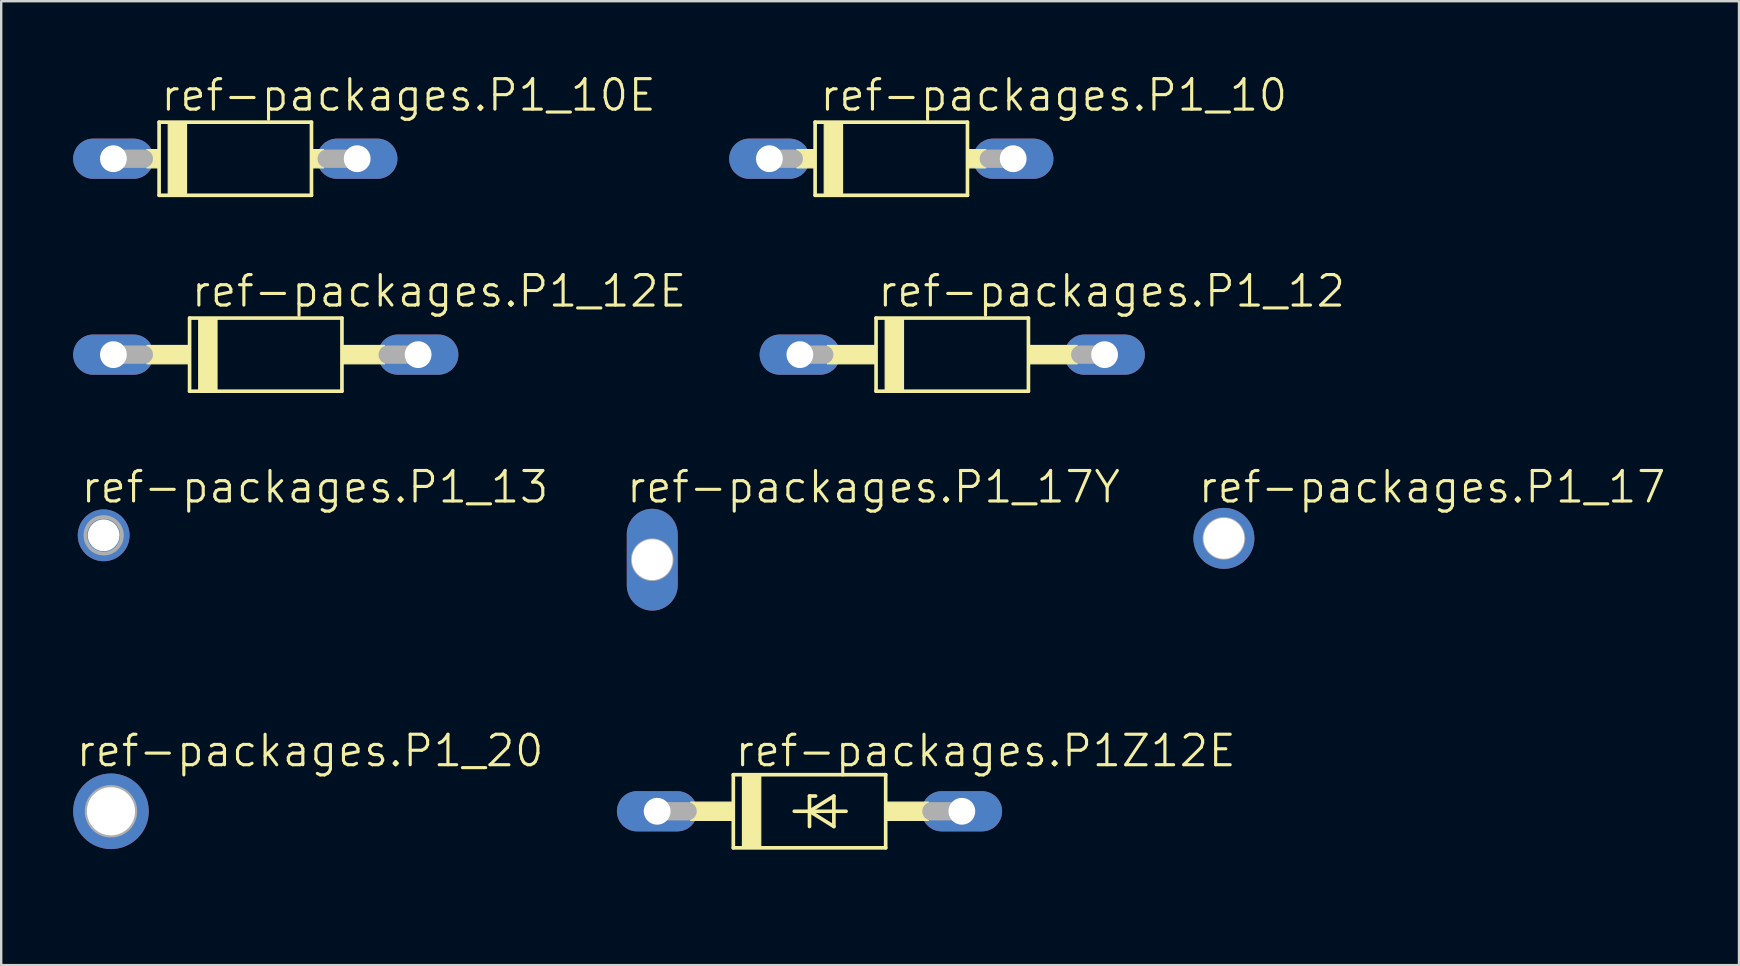
<source format=kicad_pcb>
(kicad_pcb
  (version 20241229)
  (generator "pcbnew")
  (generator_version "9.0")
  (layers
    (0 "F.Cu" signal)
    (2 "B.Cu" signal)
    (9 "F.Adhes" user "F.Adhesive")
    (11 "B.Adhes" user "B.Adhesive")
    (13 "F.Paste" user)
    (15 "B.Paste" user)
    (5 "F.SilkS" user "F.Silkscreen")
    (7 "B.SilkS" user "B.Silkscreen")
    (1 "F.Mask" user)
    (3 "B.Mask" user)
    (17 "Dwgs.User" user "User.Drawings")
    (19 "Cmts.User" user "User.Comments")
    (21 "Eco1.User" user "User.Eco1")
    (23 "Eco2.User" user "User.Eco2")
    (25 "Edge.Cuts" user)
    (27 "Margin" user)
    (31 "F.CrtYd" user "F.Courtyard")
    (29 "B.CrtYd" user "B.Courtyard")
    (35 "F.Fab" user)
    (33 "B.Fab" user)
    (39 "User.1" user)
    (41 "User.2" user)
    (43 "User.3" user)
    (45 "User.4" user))
  (footprint "ref-packages.P1_20"
    (layer "F.Cu")
    (at 1.575 30.761)
    (property "Reference" "ref-packages.P1_20" (at -1.524 -1.778 0) (layer "F.SilkS") (effects (font (size 1.27 1.27) (thickness 0.13)) (justify left bottom)))
    (attr through_hole)
    (fp_rect (start -0.33 0.33) (end 0.33 -0.33) (stroke (width 0.05) (type default)) (fill no) (layer "F.Fab"))
    (fp_circle (center 0 0) (end 1.016 0) (stroke (width 0.152) (type default)) (fill no) (layer "F.Fab"))
    (fp_text user ">TP_SIGNAL_NAME" (at -1.27 3.175 0) (layer "Eco1.User") (effects (font (size 1 1) (thickness 0.13)) (justify left bottom)))
    (pad "TP" thru_hole circle (at 0 0) (size 3.15 3.15) (drill 2.007) (layers "*.Cu" "*.Mask")))
  (footprint "ref-packages.P1_10E"
    (layer "F.Cu")
    (at 6.756 3.565)
    (property "Reference" "ref-packages.P1_10E" (at -3.175 -1.905 0) (layer "F.SilkS") (effects (font (size 1.27 1.27) (thickness 0.13)) (justify left bottom)))
    (attr through_hole)
    (fp_line (start -3.175 -1.524) (end -3.175 1.524) (stroke (width 0.152) (type default)) (layer "F.SilkS"))
    (fp_line (start -3.175 1.524) (end 3.175 1.524) (stroke (width 0.152) (type default)) (layer "F.SilkS"))
    (fp_line (start 3.175 -1.524) (end -3.175 -1.524) (stroke (width 0.152) (type default)) (layer "F.SilkS"))
    (fp_line (start 3.175 1.524) (end 3.175 -1.524) (stroke (width 0.152) (type default)) (layer "F.SilkS"))
    (fp_rect (start -3.683 0.381) (end -3.175 -0.381) (stroke (width 0.05) (type default)) (fill yes) (layer "F.SilkS"))
    (fp_rect (start -2.794 1.524) (end -2.032 -1.524) (stroke (width 0.05) (type default)) (fill yes) (layer "F.SilkS"))
    (fp_rect (start 3.175 0.381) (end 3.683 -0.381) (stroke (width 0.05) (type default)) (fill yes) (layer "F.SilkS"))
    (fp_line (start -5.08 0) (end -3.81 0) (stroke (width 0.762) (type default)) (layer "F.Fab"))
    (fp_line (start 5.08 0) (end 3.81 0) (stroke (width 0.762) (type default)) (layer "F.Fab"))
    (pad "A" thru_hole oval (at 5.08 0) (size 3.353 1.676) (drill 1.118) (layers "*.Cu" "*.Mask"))
    (pad "C" thru_hole oval (at -5.08 0) (size 3.353 1.676) (drill 1.118) (layers "*.Cu" "*.Mask")))
  (footprint "ref-packages.P1_10"
    (layer "F.Cu")
    (at 34.096 3.565)
    (property "Reference" "ref-packages.P1_10" (at -3.048 -1.905 0) (layer "F.SilkS") (effects (font (size 1.27 1.27) (thickness 0.13)) (justify left bottom)))
    (attr through_hole)
    (fp_line (start -3.175 -1.524) (end -3.175 1.524) (stroke (width 0.152) (type default)) (layer "F.SilkS"))
    (fp_line (start -3.175 1.524) (end 3.175 1.524) (stroke (width 0.152) (type default)) (layer "F.SilkS"))
    (fp_line (start 3.175 -1.524) (end -3.175 -1.524) (stroke (width 0.152) (type default)) (layer "F.SilkS"))
    (fp_line (start 3.175 1.524) (end 3.175 -1.524) (stroke (width 0.152) (type default)) (layer "F.SilkS"))
    (fp_rect (start -3.937 0.381) (end -3.175 -0.381) (stroke (width 0.05) (type default)) (fill yes) (layer "F.SilkS"))
    (fp_rect (start -2.794 1.524) (end -2.032 -1.524) (stroke (width 0.05) (type default)) (fill yes) (layer "F.SilkS"))
    (fp_rect (start 3.175 0.381) (end 3.937 -0.381) (stroke (width 0.05) (type default)) (fill yes) (layer "F.SilkS"))
    (fp_line (start -5.08 0) (end -4.064 0) (stroke (width 0.762) (type default)) (layer "F.Fab"))
    (fp_line (start 5.08 0) (end 4.064 0) (stroke (width 0.762) (type default)) (layer "F.Fab"))
    (pad "A" thru_hole oval (at 5.08 0) (size 3.353 1.676) (drill 1.118) (layers "*.Cu" "*.Mask"))
    (pad "C" thru_hole oval (at -5.08 0) (size 3.353 1.676) (drill 1.118) (layers "*.Cu" "*.Mask")))
  (footprint "ref-packages.P1_12"
    (layer "F.Cu")
    (at 36.636 11.73)
    (property "Reference" "ref-packages.P1_12" (at -3.175 -1.905 0) (layer "F.SilkS") (effects (font (size 1.27 1.27) (thickness 0.13)) (justify left bottom)))
    (attr through_hole)
    (fp_line (start -3.175 -1.524) (end -3.175 1.524) (stroke (width 0.152) (type default)) (layer "F.SilkS"))
    (fp_line (start -3.175 1.524) (end 3.175 1.524) (stroke (width 0.152) (type default)) (layer "F.SilkS"))
    (fp_line (start 3.175 -1.524) (end -3.175 -1.524) (stroke (width 0.152) (type default)) (layer "F.SilkS"))
    (fp_line (start 3.175 1.524) (end 3.175 -1.524) (stroke (width 0.152) (type default)) (layer "F.SilkS"))
    (fp_rect (start -5.207 0.381) (end -3.175 -0.381) (stroke (width 0.05) (type default)) (fill yes) (layer "F.SilkS"))
    (fp_rect (start -2.794 1.524) (end -2.032 -1.524) (stroke (width 0.05) (type default)) (fill yes) (layer "F.SilkS"))
    (fp_rect (start 3.175 0.381) (end 5.207 -0.381) (stroke (width 0.05) (type default)) (fill yes) (layer "F.SilkS"))
    (fp_line (start -6.35 0) (end -5.334 0) (stroke (width 0.762) (type default)) (layer "F.Fab"))
    (fp_line (start 6.35 0) (end 5.334 0) (stroke (width 0.762) (type default)) (layer "F.Fab"))
    (pad "A" thru_hole oval (at 6.35 0) (size 3.353 1.676) (drill 1.118) (layers "*.Cu" "*.Mask"))
    (pad "C" thru_hole oval (at -6.35 0) (size 3.353 1.676) (drill 1.118) (layers "*.Cu" "*.Mask")))
  (footprint "ref-packages.P1Z12E"
    (layer "F.Cu")
    (at 30.687 30.761)
    (property "Reference" "ref-packages.P1Z12E" (at -3.175 -1.778 0) (layer "F.SilkS") (effects (font (size 1.27 1.27) (thickness 0.13)) (justify left bottom)))
    (attr through_hole)
    (fp_line (start -3.175 -1.524) (end -3.175 1.524) (stroke (width 0.152) (type default)) (layer "F.SilkS"))
    (fp_line (start -3.175 1.524) (end 3.175 1.524) (stroke (width 0.152) (type default)) (layer "F.SilkS"))
    (fp_line (start -0.635 0) (end 0 0) (stroke (width 0.152) (type default)) (layer "F.SilkS"))
    (fp_line (start 0 -0.635) (end 0 0) (stroke (width 0.152) (type default)) (layer "F.SilkS"))
    (fp_line (start 0 0) (end 0 0.635) (stroke (width 0.152) (type default)) (layer "F.SilkS"))
    (fp_line (start 0 0) (end 1.016 -0.635) (stroke (width 0.152) (type default)) (layer "F.SilkS"))
    (fp_line (start 0 0) (end 1.524 0) (stroke (width 0.152) (type default)) (layer "F.SilkS"))
    (fp_line (start 0.254 -0.635) (end 0 -0.635) (stroke (width 0.152) (type default)) (layer "F.SilkS"))
    (fp_line (start 1.016 -0.635) (end 1.016 0.635) (stroke (width 0.152) (type default)) (layer "F.SilkS"))
    (fp_line (start 1.016 0.635) (end 0 0) (stroke (width 0.152) (type default)) (layer "F.SilkS"))
    (fp_line (start 3.175 -1.524) (end -3.175 -1.524) (stroke (width 0.152) (type default)) (layer "F.SilkS"))
    (fp_line (start 3.175 1.524) (end 3.175 -1.524) (stroke (width 0.152) (type default)) (layer "F.SilkS"))
    (fp_rect (start -4.953 0.381) (end -3.175 -0.381) (stroke (width 0.05) (type default)) (fill yes) (layer "F.SilkS"))
    (fp_rect (start -2.794 1.524) (end -2.032 -1.524) (stroke (width 0.05) (type default)) (fill yes) (layer "F.SilkS"))
    (fp_rect (start 3.175 0.381) (end 4.953 -0.381) (stroke (width 0.05) (type default)) (fill yes) (layer "F.SilkS"))
    (fp_line (start -6.35 0) (end -5.08 0) (stroke (width 0.762) (type default)) (layer "F.Fab"))
    (fp_line (start 6.35 0) (end 5.08 0) (stroke (width 0.762) (type default)) (layer "F.Fab"))
    (pad "A" thru_hole oval (at 6.35 0) (size 3.353 1.676) (drill 1.118) (layers "*.Cu" "*.Mask"))
    (pad "C" thru_hole oval (at -6.35 0) (size 3.353 1.676) (drill 1.118) (layers "*.Cu" "*.Mask")))
  (footprint "ref-packages.P1_13"
    (layer "F.Cu")
    (at 1.27 19.26)
    (property "Reference" "ref-packages.P1_13" (at -1.016 -1.27 0) (layer "F.SilkS") (effects (font (size 1.27 1.27) (thickness 0.13)) (justify left bottom)))
    (attr through_hole)
    (fp_rect (start -0.33 0.33) (end 0.33 -0.33) (stroke (width 0.05) (type default)) (fill no) (layer "F.Fab"))
    (fp_circle (center 0 0) (end 0.762 0) (stroke (width 0.152) (type default)) (fill no) (layer "F.Fab"))
    (fp_text user ">TP_SIGNAL_NAME" (at -1.27 2.54 0) (layer "Eco1.User") (effects (font (size 1 1) (thickness 0.13)) (justify left bottom)))
    (pad "TP" thru_hole circle (at 0 0) (size 2.159 2.159) (drill 1.321) (layers "*.Cu" "*.Mask")))
  (footprint "ref-packages.P1_17"
    (layer "F.Cu")
    (at 47.958 19.387)
    (property "Reference" "ref-packages.P1_17" (at -1.143 -1.397 0) (layer "F.SilkS") (effects (font (size 1.27 1.27) (thickness 0.13)) (justify left bottom)))
    (attr through_hole)
    (fp_rect (start -0.33 0.33) (end 0.33 -0.33) (stroke (width 0.05) (type default)) (fill no) (layer "F.Fab"))
    (fp_circle (center 0 0) (end 0.813 0) (stroke (width 0.152) (type default)) (fill no) (layer "F.Fab"))
    (fp_text user ">TP_SIGNAL_NAME" (at -1.27 3.175 0) (layer "Eco1.User") (effects (font (size 1 1) (thickness 0.13)) (justify left bottom)))
    (pad "TP" thru_hole circle (at 0 0) (size 2.54 2.54) (drill 1.702) (layers "*.Cu" "*.Mask")))
  (footprint "ref-packages.P1_12E"
    (layer "F.Cu")
    (at 8.026 11.73)
    (property "Reference" "ref-packages.P1_12E" (at -3.175 -1.905 0) (layer "F.SilkS") (effects (font (size 1.27 1.27) (thickness 0.13)) (justify left bottom)))
    (attr through_hole)
    (fp_line (start -3.175 -1.524) (end -3.175 1.524) (stroke (width 0.152) (type default)) (layer "F.SilkS"))
    (fp_line (start -3.175 1.524) (end 3.175 1.524) (stroke (width 0.152) (type default)) (layer "F.SilkS"))
    (fp_line (start 3.175 -1.524) (end -3.175 -1.524) (stroke (width 0.152) (type default)) (layer "F.SilkS"))
    (fp_line (start 3.175 1.524) (end 3.175 -1.524) (stroke (width 0.152) (type default)) (layer "F.SilkS"))
    (fp_rect (start -4.953 0.381) (end -3.175 -0.381) (stroke (width 0.05) (type default)) (fill yes) (layer "F.SilkS"))
    (fp_rect (start -2.794 1.524) (end -2.032 -1.524) (stroke (width 0.05) (type default)) (fill yes) (layer "F.SilkS"))
    (fp_rect (start 3.175 0.381) (end 4.953 -0.381) (stroke (width 0.05) (type default)) (fill yes) (layer "F.SilkS"))
    (fp_line (start -6.35 0) (end -5.08 0) (stroke (width 0.762) (type default)) (layer "F.Fab"))
    (fp_line (start 6.35 0) (end 5.08 0) (stroke (width 0.762) (type default)) (layer "F.Fab"))
    (pad "A" thru_hole oval (at 6.35 0) (size 3.353 1.676) (drill 1.118) (layers "*.Cu" "*.Mask"))
    (pad "C" thru_hole oval (at -6.35 0) (size 3.353 1.676) (drill 1.118) (layers "*.Cu" "*.Mask")))
  (footprint "ref-packages.P1_17Y"
    (layer "F.Cu")
    (at 24.133 20.276)
    (property "Reference" "ref-packages.P1_17Y" (at -1.143 -2.286 0) (layer "F.SilkS") (effects (font (size 1.27 1.27) (thickness 0.13)) (justify left bottom)))
    (attr through_hole)
    (fp_rect (start -0.33 0.33) (end 0.33 -0.33) (stroke (width 0.05) (type default)) (fill no) (layer "F.Fab"))
    (fp_circle (center 0 0) (end 0.813 0) (stroke (width 0.152) (type default)) (fill no) (layer "F.Fab"))
    (fp_text user ">TP_SIGNAL_NAME" (at -1.27 3.81 0) (layer "Eco1.User") (effects (font (size 1 1) (thickness 0.13)) (justify left bottom)))
    (pad "TP" thru_hole oval (at 0 0 90) (size 4.242 2.121) (drill 1.702) (layers "*.Cu" "*.Mask")))
  (gr_rect
    (start -3 -3)
    (end 69.425 37.172)
    (stroke (width 0.1) (type default))
    (fill no)
    (layer "Edge.Cuts")))
</source>
